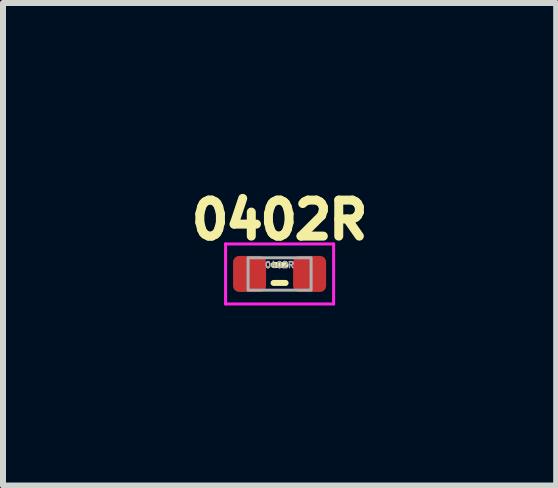
<source format=kicad_pcb>
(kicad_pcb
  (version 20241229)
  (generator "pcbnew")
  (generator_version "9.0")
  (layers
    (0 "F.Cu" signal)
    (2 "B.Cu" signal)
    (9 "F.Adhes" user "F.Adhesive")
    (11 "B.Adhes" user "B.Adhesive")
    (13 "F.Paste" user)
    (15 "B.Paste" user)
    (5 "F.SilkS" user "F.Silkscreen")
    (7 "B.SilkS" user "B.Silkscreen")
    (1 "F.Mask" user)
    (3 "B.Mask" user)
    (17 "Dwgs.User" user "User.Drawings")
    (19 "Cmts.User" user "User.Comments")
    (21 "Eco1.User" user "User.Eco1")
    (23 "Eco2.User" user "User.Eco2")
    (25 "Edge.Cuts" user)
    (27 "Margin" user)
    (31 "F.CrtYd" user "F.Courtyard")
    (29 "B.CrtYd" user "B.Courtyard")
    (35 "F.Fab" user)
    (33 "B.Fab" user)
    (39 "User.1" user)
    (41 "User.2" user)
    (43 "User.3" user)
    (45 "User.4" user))
  (footprint "0402R"
    (layer "F.Cu")
    (at 1.608 1.514)
    (property "Reference" "0402R" (at 0 -0.9 0) (layer "F.SilkS") (effects (font (size 0.6 0.6) (thickness 0.15))))
    (attr smd)
    (fp_line (start 0.1 -0.15) (end -0.1 -0.15) (stroke (width 0.1) (type solid)) (layer "F.SilkS"))
    (fp_line (start 0.1 0.15) (end -0.1 0.15) (stroke (width 0.1) (type solid)) (layer "F.SilkS"))
    (fp_line (start -0.9 -0.5) (end 0.9 -0.5) (stroke (width 0.05) (type solid)) (layer "F.CrtYd"))
    (fp_line (start -0.9 0.5) (end -0.9 -0.5) (stroke (width 0.05) (type solid)) (layer "F.CrtYd"))
    (fp_line (start 0.9 -0.5) (end 0.9 0.5) (stroke (width 0.05) (type solid)) (layer "F.CrtYd"))
    (fp_line (start 0.9 0.5) (end -0.9 0.5) (stroke (width 0.05) (type solid)) (layer "F.CrtYd"))
    (fp_rect (start 0.525 -0.27) (end -0.525 0.27) (stroke (width 0.05) (type solid)) (fill no) (layer "F.Fab"))
    (fp_text user "${REFERENCE}" (at 0 -0.15 0) (layer "F.Fab") (effects (font (size 0.1 0.1) (thickness 0.025))))
    (pad "1" smd roundrect (at -0.5 0) (size 0.55 0.6) (layers "F.Cu" "F.Mask" "F.Paste") (roundrect_rratio 0.182))
    (pad "2" smd roundrect (at 0.5 0) (size 0.55 0.6) (layers "F.Cu" "F.Mask" "F.Paste") (roundrect_rratio 0.182)))
  (gr_rect
    (start -3 -3)
    (end 6.216 5.039)
    (stroke (width 0.1) (type default))
    (fill no)
    (layer "Edge.Cuts")))
</source>
